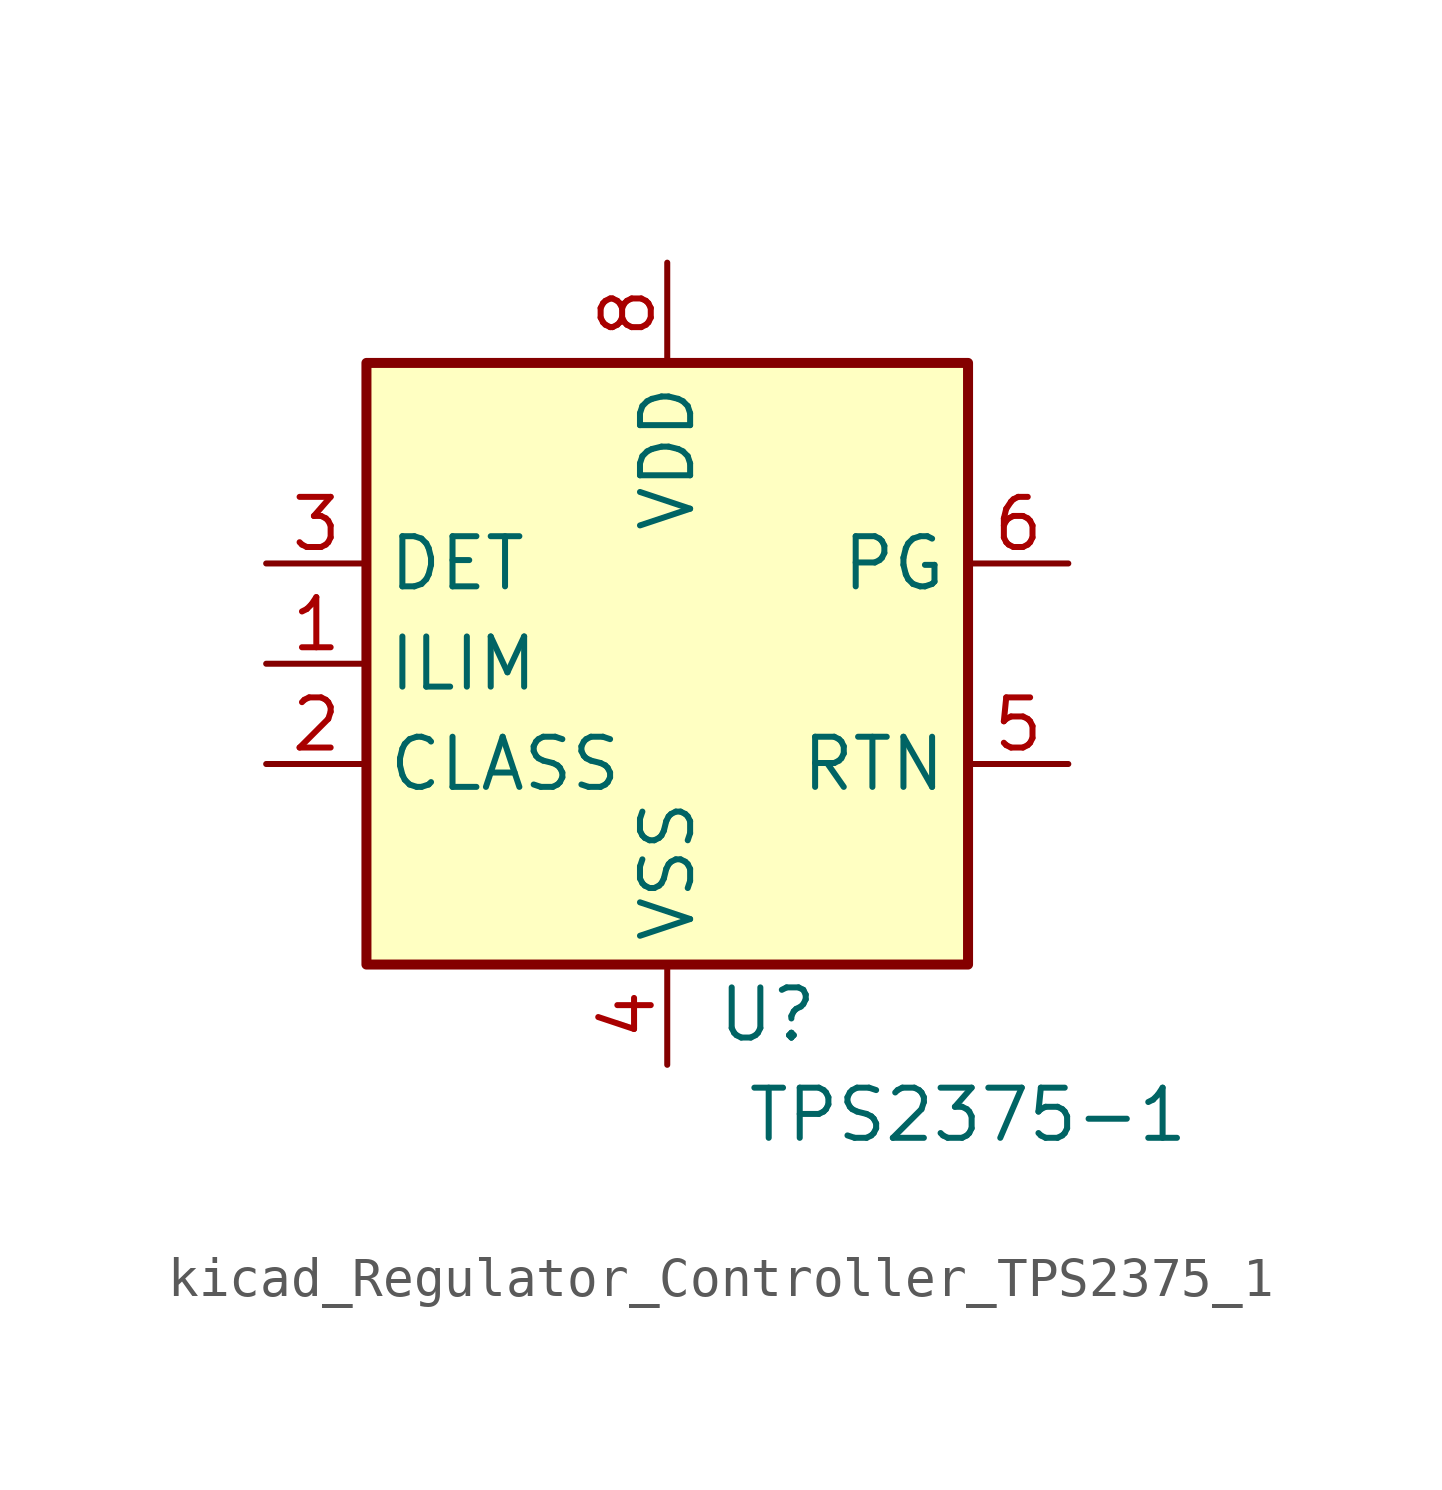
<source format=kicad_sym>
(kicad_symbol_lib
  (version 20220914)
  (generator kicad_symbol_editor)
  (symbol "kicad_Regulator_Controller_TPS2375_1"
    (property "Reference" "U"
      (at 2.54 -8.89 0)
      (effects (font (size 1.27 1.27))))
    (property "Value" "TPS2375-1"
      (at 7.62 -11.43 0)
      (effects (font (size 1.27 1.27))))
    (symbol "kicad_Regulator_Controller_TPS2375_1_0_1"
      (rectangle (start -7.62 7.62) (end 7.62 -7.62) (stroke (width 0.254) (type default)) (fill (type background))))
    (symbol "kicad_Regulator_Controller_TPS2375_1_1_1"
      (pin passive line (at -10.16 0 0) (length 2.54) (name "ILIM" (effects (font (size 1.27 1.27)))) (number "1" (effects (font (size 1.27 1.27)))))
      (pin passive line (at -10.16 -2.54 0) (length 2.54) (name "CLASS" (effects (font (size 1.27 1.27)))) (number "2" (effects (font (size 1.27 1.27)))))
      (pin passive line (at -10.16 2.54 0) (length 2.54) (name "DET" (effects (font (size 1.27 1.27)))) (number "3" (effects (font (size 1.27 1.27)))))
      (pin power_in line (at 0 -10.16 90) (length 2.54) (name "VSS" (effects (font (size 1.27 1.27)))) (number "4" (effects (font (size 1.27 1.27)))))
      (pin power_out line (at 10.16 -2.54 180) (length 2.54) (name "RTN" (effects (font (size 1.27 1.27)))) (number "5" (effects (font (size 1.27 1.27)))))
      (pin open_collector line (at 10.16 2.54 180) (length 2.54) (name "PG" (effects (font (size 1.27 1.27)))) (number "6" (effects (font (size 1.27 1.27)))))
      (pin no_connect line (at 7.62 0 180) (length 2.54) hide (name "NC" (effects (font (size 1.27 1.27)))) (number "7" (effects (font (size 1.27 1.27)))))
      (pin power_in line (at 0 10.16 270) (length 2.54) (name "VDD" (effects (font (size 1.27 1.27)))) (number "8" (effects (font (size 1.27 1.27))))))))
</source>
